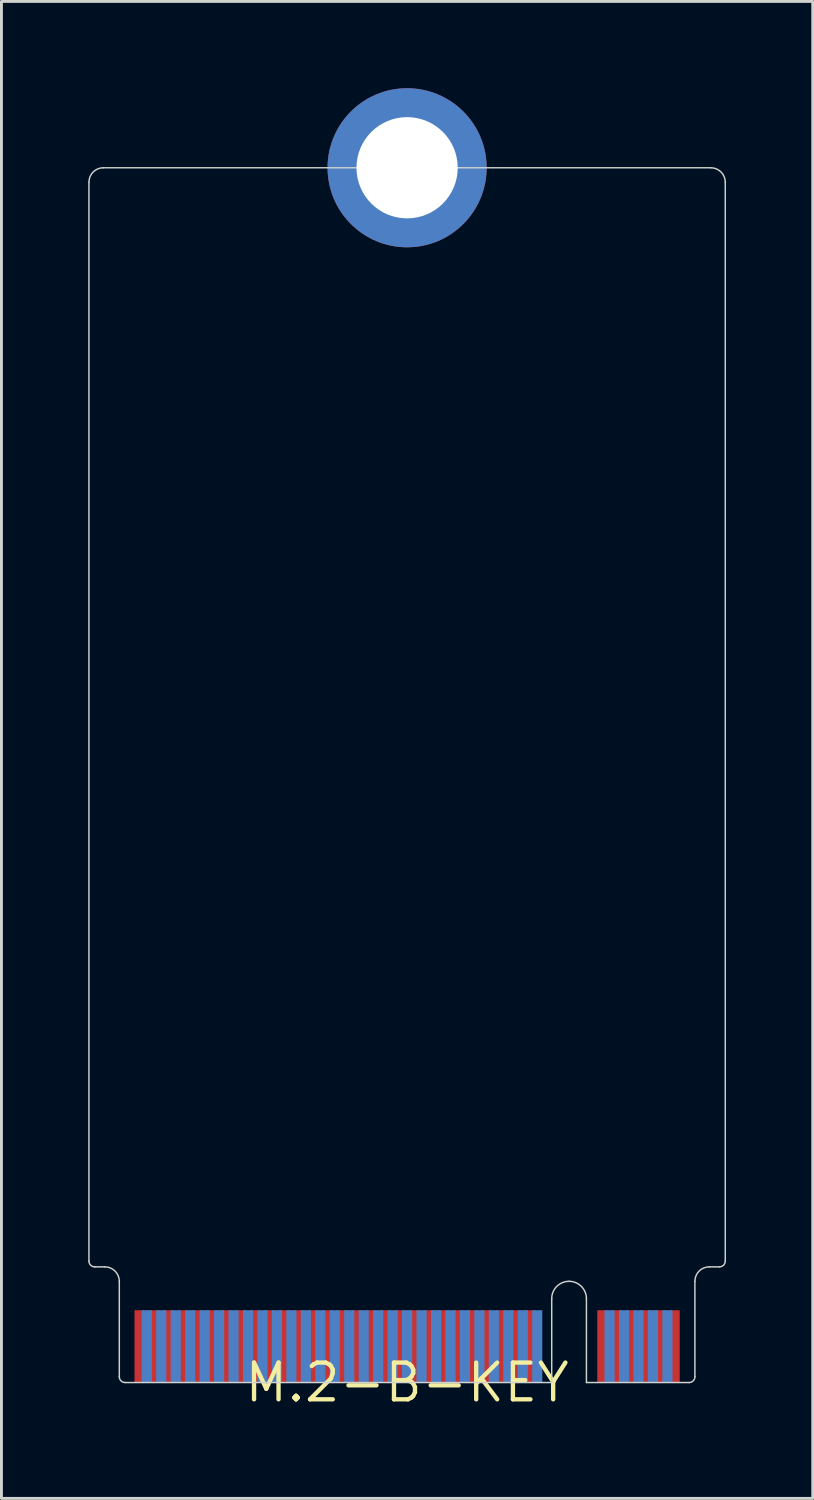
<source format=kicad_pcb>
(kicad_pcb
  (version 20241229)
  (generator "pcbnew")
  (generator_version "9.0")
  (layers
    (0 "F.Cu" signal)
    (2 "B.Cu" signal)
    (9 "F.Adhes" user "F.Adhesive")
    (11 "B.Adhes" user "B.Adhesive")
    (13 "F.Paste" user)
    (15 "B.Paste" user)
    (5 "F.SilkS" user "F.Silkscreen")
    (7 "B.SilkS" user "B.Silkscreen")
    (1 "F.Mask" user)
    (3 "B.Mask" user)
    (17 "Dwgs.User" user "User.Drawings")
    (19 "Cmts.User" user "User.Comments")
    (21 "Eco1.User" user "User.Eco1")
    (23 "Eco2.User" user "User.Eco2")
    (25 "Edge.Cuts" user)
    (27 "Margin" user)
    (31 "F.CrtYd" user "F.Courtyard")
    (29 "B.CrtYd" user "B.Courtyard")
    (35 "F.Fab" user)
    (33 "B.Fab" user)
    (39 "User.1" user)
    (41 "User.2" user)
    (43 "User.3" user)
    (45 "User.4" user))
  (footprint "M.2-B-KEY"
    (layer "F.Cu")
    (at 11.025 44.75)
    (property "Reference" "M.2-B-KEY" (at 0 0 0) (layer "F.SilkS") (effects (font (size 1.27 1.27) (thickness 0.15))))
    (attr through_hole)
    (fp_line (start -11 -41.5) (end -11 -4.2) (stroke (width 0.05) (type solid)) (layer "Edge.Cuts"))
    (fp_line (start -10.8 -4) (end -10.45 -4) (stroke (width 0.05) (type solid)) (layer "Edge.Cuts"))
    (fp_line (start -9.95 -3.5) (end -9.95 -0.2) (stroke (width 0.05) (type solid)) (layer "Edge.Cuts"))
    (fp_line (start -9.75 0) (end 5 0) (stroke (width 0.05) (type solid)) (layer "Edge.Cuts"))
    (fp_line (start 5 -2.9) (end 5 0) (stroke (width 0.05) (type solid)) (layer "Edge.Cuts"))
    (fp_line (start 6.2 -2.9) (end 6.2 0) (stroke (width 0.05) (type solid)) (layer "Edge.Cuts"))
    (fp_line (start 6.2 0) (end 9.75 0) (stroke (width 0.05) (type solid)) (layer "Edge.Cuts"))
    (fp_line (start 9.95 -0.2) (end 9.95 -3.5) (stroke (width 0.05) (type solid)) (layer "Edge.Cuts"))
    (fp_line (start 10.45 -4) (end 10.8 -4) (stroke (width 0.05) (type solid)) (layer "Edge.Cuts"))
    (fp_line (start 10.5 -42) (end -10.5 -42) (stroke (width 0.05) (type solid)) (layer "Edge.Cuts"))
    (fp_line (start 11 -4.2) (end 11 -41.5) (stroke (width 0.05) (type solid)) (layer "Edge.Cuts"))
    (fp_arc (start -11 -41.5) (mid -10.853553 -41.853553) (end -10.5 -42) (stroke (width 0.05) (type solid)) (layer "Edge.Cuts"))
    (fp_arc (start -10.8 -4) (mid -10.941421 -4.058579) (end -11 -4.2) (stroke (width 0.05) (type solid)) (layer "Edge.Cuts"))
    (fp_arc (start -10.45 -4) (mid -10.096447 -3.853553) (end -9.95 -3.5) (stroke (width 0.05) (type solid)) (layer "Edge.Cuts"))
    (fp_arc (start -9.75 0) (mid -9.891421 -0.058579) (end -9.95 -0.2) (stroke (width 0.05) (type solid)) (layer "Edge.Cuts"))
    (fp_arc (start 5 -2.9) (mid 5.175736 -3.324264) (end 5.6 -3.5) (stroke (width 0.05) (type solid)) (layer "Edge.Cuts"))
    (fp_arc (start 5.6 -3.5) (mid 6.024264 -3.324264) (end 6.2 -2.9) (stroke (width 0.05) (type solid)) (layer "Edge.Cuts"))
    (fp_arc (start 9.95 -3.5) (mid 10.096447 -3.853553) (end 10.45 -4) (stroke (width 0.05) (type solid)) (layer "Edge.Cuts"))
    (fp_arc (start 9.95 -0.2) (mid 9.891421 -0.058579) (end 9.75 0) (stroke (width 0.05) (type solid)) (layer "Edge.Cuts"))
    (fp_arc (start 10.5 -42) (mid 10.853553 -41.853553) (end 11 -41.5) (stroke (width 0.05) (type solid)) (layer "Edge.Cuts"))
    (fp_arc (start 11 -4.2) (mid 10.941421 -4.058579) (end 10.8 -4) (stroke (width 0.05) (type solid)) (layer "Edge.Cuts"))
    (pad "MOUNTING-HOLE" thru_hole circle (at 0 -42) (size 5.5 5.5) (drill 3.5) (layers "*.Cu" "*.Mask"))
    (pad "P$1" smd rect (at 9.25 -1.25) (size 0.35 2.5) (layers "F.Cu" "F.Mask" "F.Paste"))
    (pad "P$2" smd rect (at 9 -1.25) (size 0.35 2.5) (layers "B.Cu" "B.Mask" "B.Paste"))
    (pad "P$3" smd rect (at 8.75 -1.25) (size 0.35 2.5) (layers "F.Cu" "F.Mask" "F.Paste"))
    (pad "P$4" smd rect (at 8.5 -1.25) (size 0.35 2.5) (layers "B.Cu" "B.Mask" "B.Paste"))
    (pad "P$5" smd rect (at 8.25 -1.25) (size 0.35 2.5) (layers "F.Cu" "F.Mask" "F.Paste"))
    (pad "P$6" smd rect (at 8 -1.25) (size 0.35 2.5) (layers "B.Cu" "B.Mask" "B.Paste"))
    (pad "P$7" smd rect (at 7.75 -1.25) (size 0.35 2.5) (layers "F.Cu" "F.Mask" "F.Paste"))
    (pad "P$8" smd rect (at 7.5 -1.25) (size 0.35 2.5) (layers "B.Cu" "B.Mask" "B.Paste"))
    (pad "P$9" smd rect (at 7.25 -1.25) (size 0.35 2.5) (layers "F.Cu" "F.Mask" "F.Paste"))
    (pad "P$10" smd rect (at 7 -1.25) (size 0.35 2.5) (layers "B.Cu" "B.Mask" "B.Paste"))
    (pad "P$11" smd rect (at 6.75 -1.25) (size 0.35 2.5) (layers "F.Cu" "F.Mask" "F.Paste"))
    (pad "P$20" smd rect (at 4.5 -1.25) (size 0.35 2.5) (layers "B.Cu" "B.Mask" "B.Paste"))
    (pad "P$21" smd rect (at 4.25 -1.25) (size 0.35 2.5) (layers "F.Cu" "F.Mask" "F.Paste"))
    (pad "P$22" smd rect (at 4 -1.25) (size 0.35 2.5) (layers "B.Cu" "B.Mask" "B.Paste"))
    (pad "P$23" smd rect (at 3.75 -1.25) (size 0.35 2.5) (layers "F.Cu" "F.Mask" "F.Paste"))
    (pad "P$24" smd rect (at 3.5 -1.25) (size 0.35 2.5) (layers "B.Cu" "B.Mask" "B.Paste"))
    (pad "P$25" smd rect (at 3.25 -1.25) (size 0.35 2.5) (layers "F.Cu" "F.Mask" "F.Paste"))
    (pad "P$26" smd rect (at 3 -1.25) (size 0.35 2.5) (layers "B.Cu" "B.Mask" "B.Paste"))
    (pad "P$27" smd rect (at 2.75 -1.25) (size 0.35 2.5) (layers "F.Cu" "F.Mask" "F.Paste"))
    (pad "P$28" smd rect (at 2.5 -1.25) (size 0.35 2.5) (layers "B.Cu" "B.Mask" "B.Paste"))
    (pad "P$29" smd rect (at 2.25 -1.25) (size 0.35 2.5) (layers "F.Cu" "F.Mask" "F.Paste"))
    (pad "P$30" smd rect (at 2 -1.25) (size 0.35 2.5) (layers "B.Cu" "B.Mask" "B.Paste"))
    (pad "P$31" smd rect (at 1.75 -1.25) (size 0.35 2.5) (layers "F.Cu" "F.Mask" "F.Paste"))
    (pad "P$32" smd rect (at 1.5 -1.25) (size 0.35 2.5) (layers "B.Cu" "B.Mask" "B.Paste"))
    (pad "P$33" smd rect (at 1.25 -1.25) (size 0.35 2.5) (layers "F.Cu" "F.Mask" "F.Paste"))
    (pad "P$34" smd rect (at 1 -1.25) (size 0.35 2.5) (layers "B.Cu" "B.Mask" "B.Paste"))
    (pad "P$35" smd rect (at 0.75 -1.25) (size 0.35 2.5) (layers "F.Cu" "F.Mask" "F.Paste"))
    (pad "P$36" smd rect (at 0.5 -1.25) (size 0.35 2.5) (layers "B.Cu" "B.Mask" "B.Paste"))
    (pad "P$37" smd rect (at 0.25 -1.25) (size 0.35 2.5) (layers "F.Cu" "F.Mask" "F.Paste"))
    (pad "P$38" smd rect (at 0 -1.25) (size 0.35 2.5) (layers "B.Cu" "B.Mask" "B.Paste"))
    (pad "P$39" smd rect (at -0.25 -1.25) (size 0.35 2.5) (layers "F.Cu" "F.Mask" "F.Paste"))
    (pad "P$40" smd rect (at -0.5 -1.25) (size 0.35 2.5) (layers "B.Cu" "B.Mask" "B.Paste"))
    (pad "P$41" smd rect (at -0.75 -1.25) (size 0.35 2.5) (layers "F.Cu" "F.Mask" "F.Paste"))
    (pad "P$42" smd rect (at -1 -1.25) (size 0.35 2.5) (layers "B.Cu" "B.Mask" "B.Paste"))
    (pad "P$43" smd rect (at -1.25 -1.25) (size 0.35 2.5) (layers "F.Cu" "F.Mask" "F.Paste"))
    (pad "P$44" smd rect (at -1.5 -1.25) (size 0.35 2.5) (layers "B.Cu" "B.Mask" "B.Paste"))
    (pad "P$45" smd rect (at -1.75 -1.25) (size 0.35 2.5) (layers "F.Cu" "F.Mask" "F.Paste"))
    (pad "P$46" smd rect (at -2 -1.25) (size 0.35 2.5) (layers "B.Cu" "B.Mask" "B.Paste"))
    (pad "P$47" smd rect (at -2.25 -1.25) (size 0.35 2.5) (layers "F.Cu" "F.Mask" "F.Paste"))
    (pad "P$48" smd rect (at -2.5 -1.25) (size 0.35 2.5) (layers "B.Cu" "B.Mask" "B.Paste"))
    (pad "P$49" smd rect (at -2.75 -1.25) (size 0.35 2.5) (layers "F.Cu" "F.Mask" "F.Paste"))
    (pad "P$50" smd rect (at -3 -1.25) (size 0.35 2.5) (layers "B.Cu" "B.Mask" "B.Paste"))
    (pad "P$51" smd rect (at -3.25 -1.25) (size 0.35 2.5) (layers "F.Cu" "F.Mask" "F.Paste"))
    (pad "P$52" smd rect (at -3.5 -1.25) (size 0.35 2.5) (layers "B.Cu" "B.Mask" "B.Paste"))
    (pad "P$53" smd rect (at -3.75 -1.25) (size 0.35 2.5) (layers "F.Cu" "F.Mask" "F.Paste"))
    (pad "P$54" smd rect (at -4 -1.25) (size 0.35 2.5) (layers "B.Cu" "B.Mask" "B.Paste"))
    (pad "P$55" smd rect (at -4.25 -1.25) (size 0.35 2.5) (layers "F.Cu" "F.Mask" "F.Paste"))
    (pad "P$56" smd rect (at -4.5 -1.25) (size 0.35 2.5) (layers "B.Cu" "B.Mask" "B.Paste"))
    (pad "P$57" smd rect (at -4.75 -1.25) (size 0.35 2.5) (layers "F.Cu" "F.Mask" "F.Paste"))
    (pad "P$58" smd rect (at -5 -1.25) (size 0.35 2.5) (layers "B.Cu" "B.Mask" "B.Paste"))
    (pad "P$59" smd rect (at -5.25 -1.25) (size 0.35 2.5) (layers "F.Cu" "F.Mask" "F.Paste"))
    (pad "P$60" smd rect (at -5.5 -1.25) (size 0.35 2.5) (layers "B.Cu" "B.Mask" "B.Paste"))
    (pad "P$61" smd rect (at -5.75 -1.25) (size 0.35 2.5) (layers "F.Cu" "F.Mask" "F.Paste"))
    (pad "P$62" smd rect (at -6 -1.25) (size 0.35 2.5) (layers "B.Cu" "B.Mask" "B.Paste"))
    (pad "P$63" smd rect (at -6.25 -1.25) (size 0.35 2.5) (layers "F.Cu" "F.Mask" "F.Paste"))
    (pad "P$64" smd rect (at -6.5 -1.25) (size 0.35 2.5) (layers "B.Cu" "B.Mask" "B.Paste"))
    (pad "P$65" smd rect (at -6.75 -1.25) (size 0.35 2.5) (layers "F.Cu" "F.Mask" "F.Paste"))
    (pad "P$66" smd rect (at -7 -1.25) (size 0.35 2.5) (layers "B.Cu" "B.Mask" "B.Paste"))
    (pad "P$67" smd rect (at -7.25 -1.25) (size 0.35 2.5) (layers "F.Cu" "F.Mask" "F.Paste"))
    (pad "P$68" smd rect (at -7.5 -1.25) (size 0.35 2.5) (layers "B.Cu" "B.Mask" "B.Paste"))
    (pad "P$69" smd rect (at -7.75 -1.25) (size 0.35 2.5) (layers "F.Cu" "F.Mask" "F.Paste"))
    (pad "P$70" smd rect (at -8 -1.25) (size 0.35 2.5) (layers "B.Cu" "B.Mask" "B.Paste"))
    (pad "P$71" smd rect (at -8.25 -1.25) (size 0.35 2.5) (layers "F.Cu" "F.Mask" "F.Paste"))
    (pad "P$72" smd rect (at -8.5 -1.25) (size 0.35 2.5) (layers "B.Cu" "B.Mask" "B.Paste"))
    (pad "P$73" smd rect (at -8.75 -1.25) (size 0.35 2.5) (layers "F.Cu" "F.Mask" "F.Paste"))
    (pad "P$74" smd rect (at -9 -1.25) (size 0.35 2.5) (layers "B.Cu" "B.Mask" "B.Paste"))
    (pad "P$75" smd rect (at -9.25 -1.25) (size 0.35 2.5) (layers "F.Cu" "F.Mask" "F.Paste")))
  (gr_rect
    (start -3 -3)
    (end 25.05 48.756)
    (stroke (width 0.1) (type default))
    (fill no)
    (layer "Edge.Cuts")))
</source>
